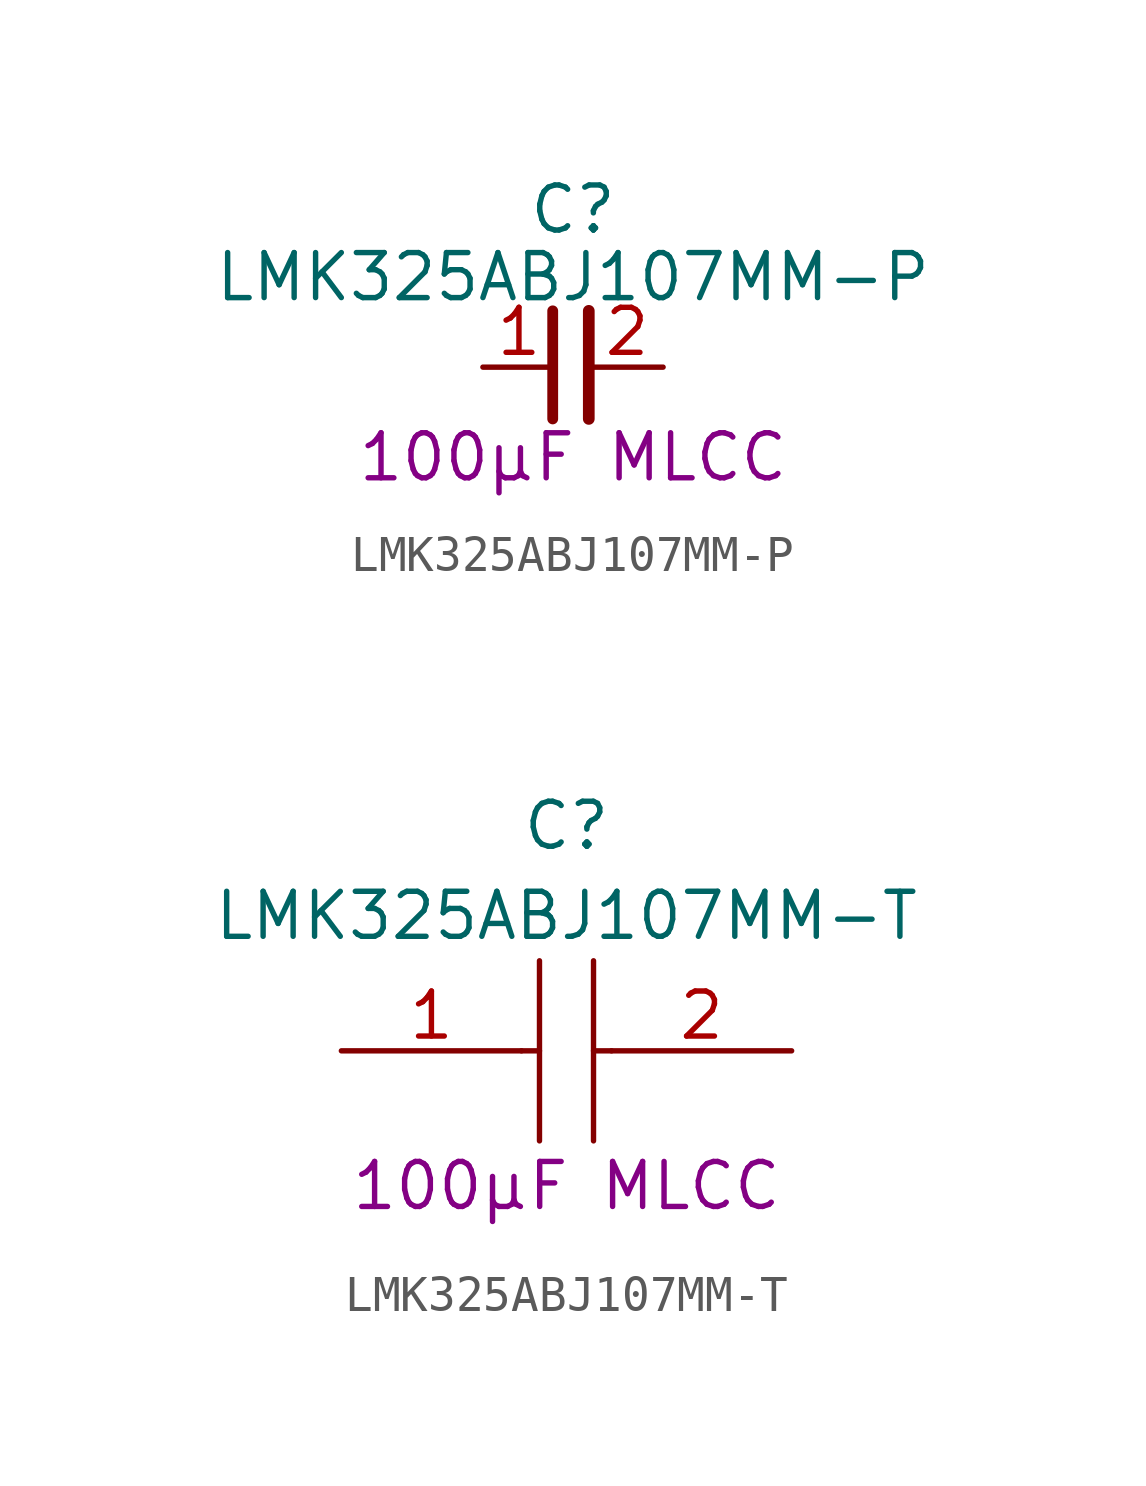
<source format=kicad_sym>
(kicad_symbol_lib
  (version 20231120)
  (generator "kicad_symbol_editor")
  (generator_version "8.0")
  (symbol "LMK325ABJ107MM-P"
    (pin_names
      (offset 0.762))
    (property "Reference" "C"
      (at 2.54 4.445 0)
      (effects (font (size 1.27 1.27))))
    (property "Value" "LMK325ABJ107MM-P"
      (at 2.54 2.54 0)
      (effects (font (size 1.27 1.27))))
    (property "Description" "100µF MLCC"
      (at 2.54 -2.54 0)
      (effects (font (size 1.27 1.27))))
    (symbol "LMK325ABJ107MM-P_0_1"
      (polyline (pts (xy 1.968 -1.46) (xy 1.968 1.587)) (stroke (width 0.305) (type default)) (fill (type none)))
      (polyline (pts (xy 2.985 -1.46) (xy 2.985 1.587)) (stroke (width 0.33) (type default)) (fill (type none))))
    (symbol "LMK325ABJ107MM-P_1_1"
      (pin passive line (at 0 0 0) (length 2.032) (name "~" (effects (font (size 1.27 1.27)))) (number "1" (effects (font (size 1.27 1.27)))))
      (pin passive line (at 5.08 0 180) (length 2.032) (name "~" (effects (font (size 1.27 1.27)))) (number "2" (effects (font (size 1.27 1.27)))))))
  (symbol "LMK325ABJ107MM-T"
    (pin_names
      (offset 0.762))
    (property "Reference" "C"
      (at 6.35 6.35 0)
      (effects (font (size 1.27 1.27))))
    (property "Value" "LMK325ABJ107MM-T"
      (at 6.35 3.81 0)
      (effects (font (size 1.27 1.27))))
    (property "Description" "100µF MLCC"
      (at 6.35 -3.81 0)
      (effects (font (size 1.27 1.27))))
    (symbol "LMK325ABJ107MM-T_0_0"
      (pin passive line (at 0 0 0) (length 5.08) (name "~" (effects (font (size 1.27 1.27)))) (number "1" (effects (font (size 1.27 1.27)))))
      (pin passive line (at 12.7 0 180) (length 5.08) (name "~" (effects (font (size 1.27 1.27)))) (number "2" (effects (font (size 1.27 1.27))))))
    (symbol "LMK325ABJ107MM-T_0_1"
      (polyline (pts (xy 5.08 0) (xy 5.588 0)) (stroke (width 0.152) (type default)) (fill (type background)))
      (polyline (pts (xy 5.588 2.54) (xy 5.588 -2.54)) (stroke (width 0.152) (type default)) (fill (type background)))
      (polyline (pts (xy 7.112 0) (xy 7.62 0)) (stroke (width 0.152) (type default)) (fill (type background)))
      (polyline (pts (xy 7.112 2.54) (xy 7.112 -2.54)) (stroke (width 0.152) (type default)) (fill (type background))))))
</source>
